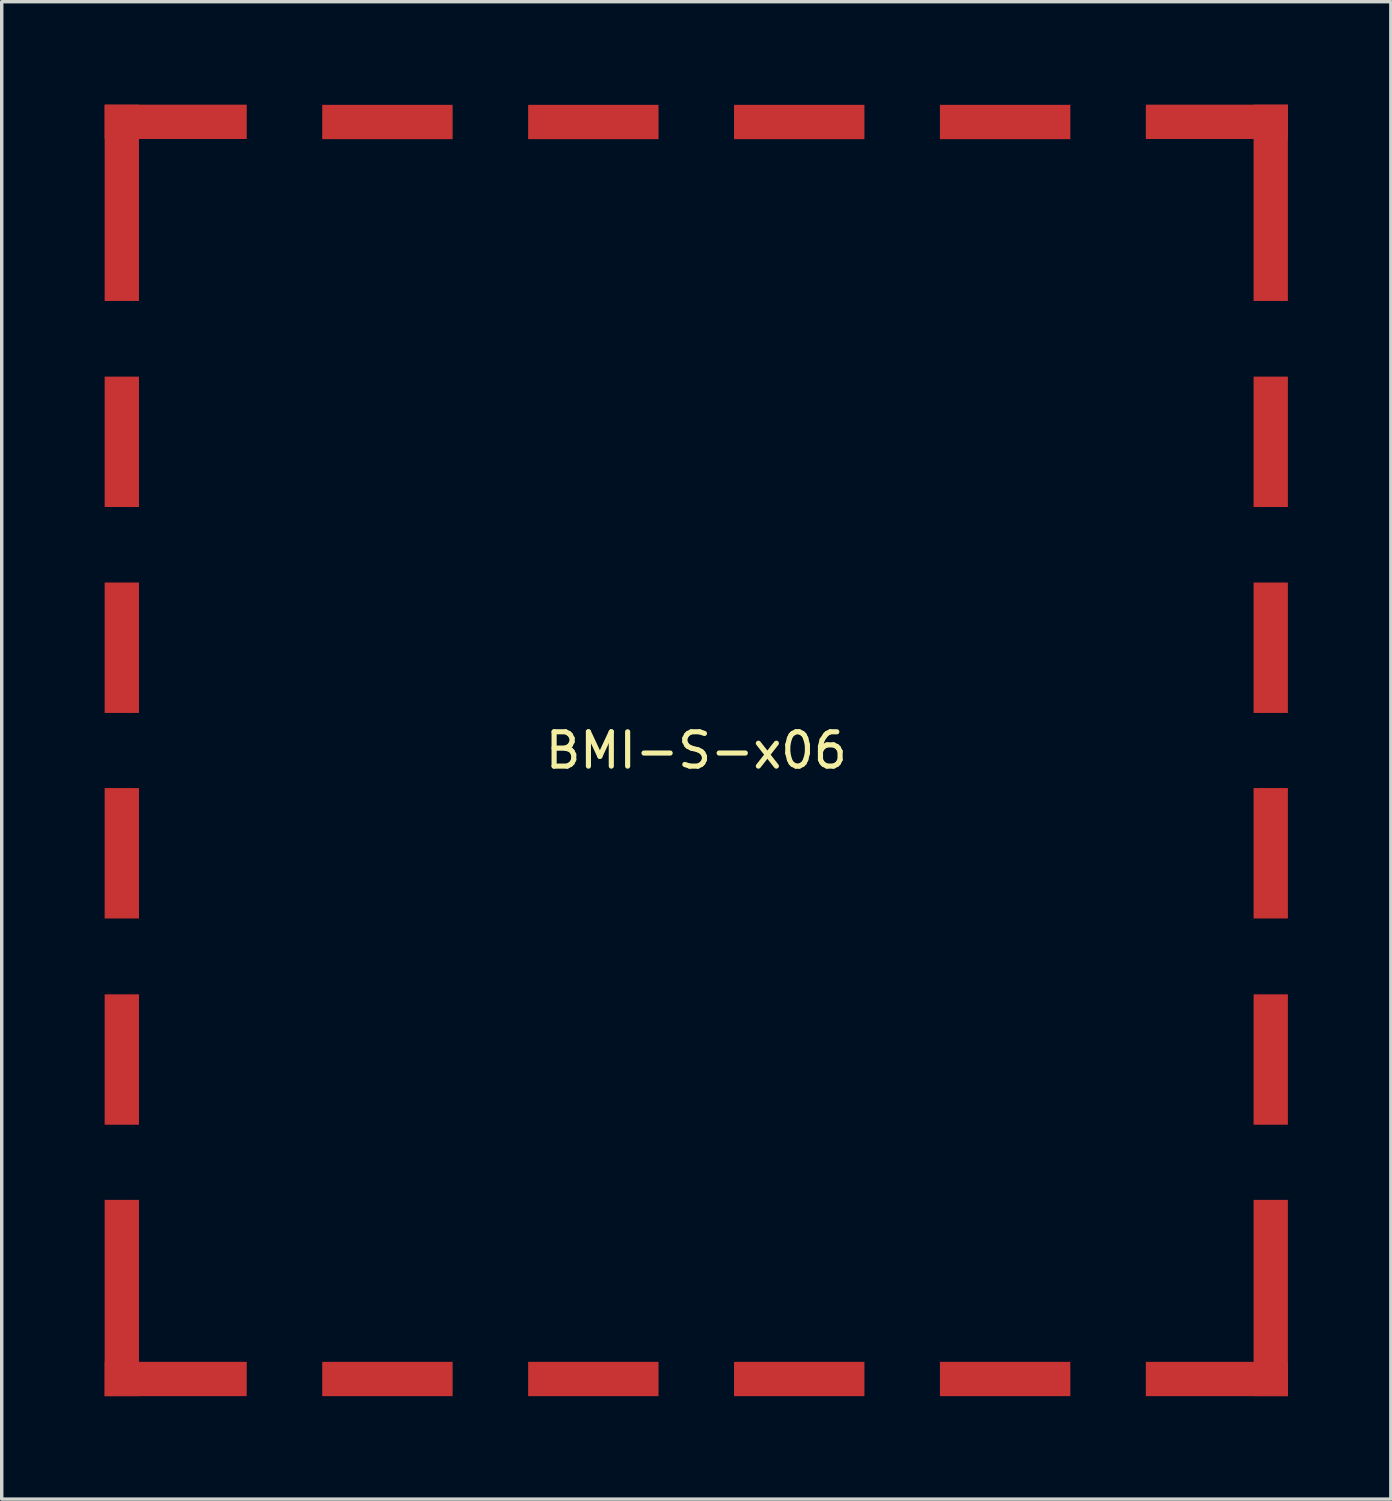
<source format=kicad_pcb>
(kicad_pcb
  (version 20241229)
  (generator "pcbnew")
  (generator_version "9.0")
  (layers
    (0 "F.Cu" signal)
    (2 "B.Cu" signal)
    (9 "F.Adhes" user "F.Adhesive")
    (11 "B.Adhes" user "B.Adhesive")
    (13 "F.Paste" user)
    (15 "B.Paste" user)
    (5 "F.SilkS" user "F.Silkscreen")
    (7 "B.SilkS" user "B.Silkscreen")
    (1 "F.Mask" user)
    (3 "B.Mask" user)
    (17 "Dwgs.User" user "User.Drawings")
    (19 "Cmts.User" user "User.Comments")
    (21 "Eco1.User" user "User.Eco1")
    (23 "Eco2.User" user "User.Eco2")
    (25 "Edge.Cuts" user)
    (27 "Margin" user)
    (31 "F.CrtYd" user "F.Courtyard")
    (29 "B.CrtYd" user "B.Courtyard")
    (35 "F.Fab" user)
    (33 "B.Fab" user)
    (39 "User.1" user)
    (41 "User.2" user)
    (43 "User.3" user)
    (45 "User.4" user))
  (footprint "BMI-S-x06"
    (layer "F.Cu")
    (at 17.24 18.82)
    (property "Reference" "BMI-S-x06" (at 0 0 0) (layer "F.SilkS") (effects (font (size 1 1) (thickness 0.15))))
    (attr through_hole)
    (pad "1" smd rect (at -16.74 -15.96) (size 1 5.72) (layers "F.Cu" "F.Mask" "F.Paste"))
    (pad "1" smd rect (at -16.74 -8.995) (size 1 3.8) (layers "F.Cu" "F.Mask" "F.Paste"))
    (pad "1" smd rect (at -16.74 -2.995) (size 1 3.8) (layers "F.Cu" "F.Mask" "F.Paste"))
    (pad "1" smd rect (at -16.74 2.995) (size 1 3.8) (layers "F.Cu" "F.Mask" "F.Paste"))
    (pad "1" smd rect (at -16.74 9.005) (size 1 3.8) (layers "F.Cu" "F.Mask" "F.Paste"))
    (pad "1" smd rect (at -16.74 15.955) (size 1 5.72) (layers "F.Cu" "F.Mask" "F.Paste"))
    (pad "1" smd rect (at -15.17 -18.32) (size 4.14 1) (layers "F.Cu" "F.Mask" "F.Paste"))
    (pad "1" smd rect (at -15.17 18.315) (size 4.14 1) (layers "F.Cu" "F.Mask" "F.Paste"))
    (pad "1" smd rect (at -9 -18.315) (size 3.8 1) (layers "F.Cu" "F.Mask" "F.Paste"))
    (pad "1" smd rect (at -9 18.315) (size 3.8 1) (layers "F.Cu" "F.Mask" "F.Paste"))
    (pad "1" smd rect (at -3 -18.315) (size 3.8 1) (layers "F.Cu" "F.Mask" "F.Paste"))
    (pad "1" smd rect (at -3 18.315) (size 3.8 1) (layers "F.Cu" "F.Mask" "F.Paste"))
    (pad "1" smd rect (at 3 -18.315) (size 3.8 1) (layers "F.Cu" "F.Mask" "F.Paste"))
    (pad "1" smd rect (at 3 18.315) (size 3.8 1) (layers "F.Cu" "F.Mask" "F.Paste"))
    (pad "1" smd rect (at 9 -18.315) (size 3.8 1) (layers "F.Cu" "F.Mask" "F.Paste"))
    (pad "1" smd rect (at 9 18.315) (size 3.8 1) (layers "F.Cu" "F.Mask" "F.Paste"))
    (pad "1" smd rect (at 15.17 -18.32) (size 4.14 1) (layers "F.Cu" "F.Mask" "F.Paste"))
    (pad "1" smd rect (at 15.17 18.315) (size 4.14 1) (layers "F.Cu" "F.Mask" "F.Paste"))
    (pad "1" smd rect (at 16.74 -15.96) (size 1 5.72) (layers "F.Cu" "F.Mask" "F.Paste"))
    (pad "1" smd rect (at 16.74 -8.995) (size 1 3.8) (layers "F.Cu" "F.Mask" "F.Paste"))
    (pad "1" smd rect (at 16.74 -2.995) (size 1 3.8) (layers "F.Cu" "F.Mask" "F.Paste"))
    (pad "1" smd rect (at 16.74 2.995) (size 1 3.8) (layers "F.Cu" "F.Mask" "F.Paste"))
    (pad "1" smd rect (at 16.74 9.005) (size 1 3.8) (layers "F.Cu" "F.Mask" "F.Paste"))
    (pad "1" smd rect (at 16.74 15.955) (size 1 5.72) (layers "F.Cu" "F.Mask" "F.Paste")))
  (gr_rect
    (start -3 -3)
    (end 37.48 40.635)
    (stroke (width 0.1) (type default))
    (fill no)
    (layer "Edge.Cuts")))
</source>
